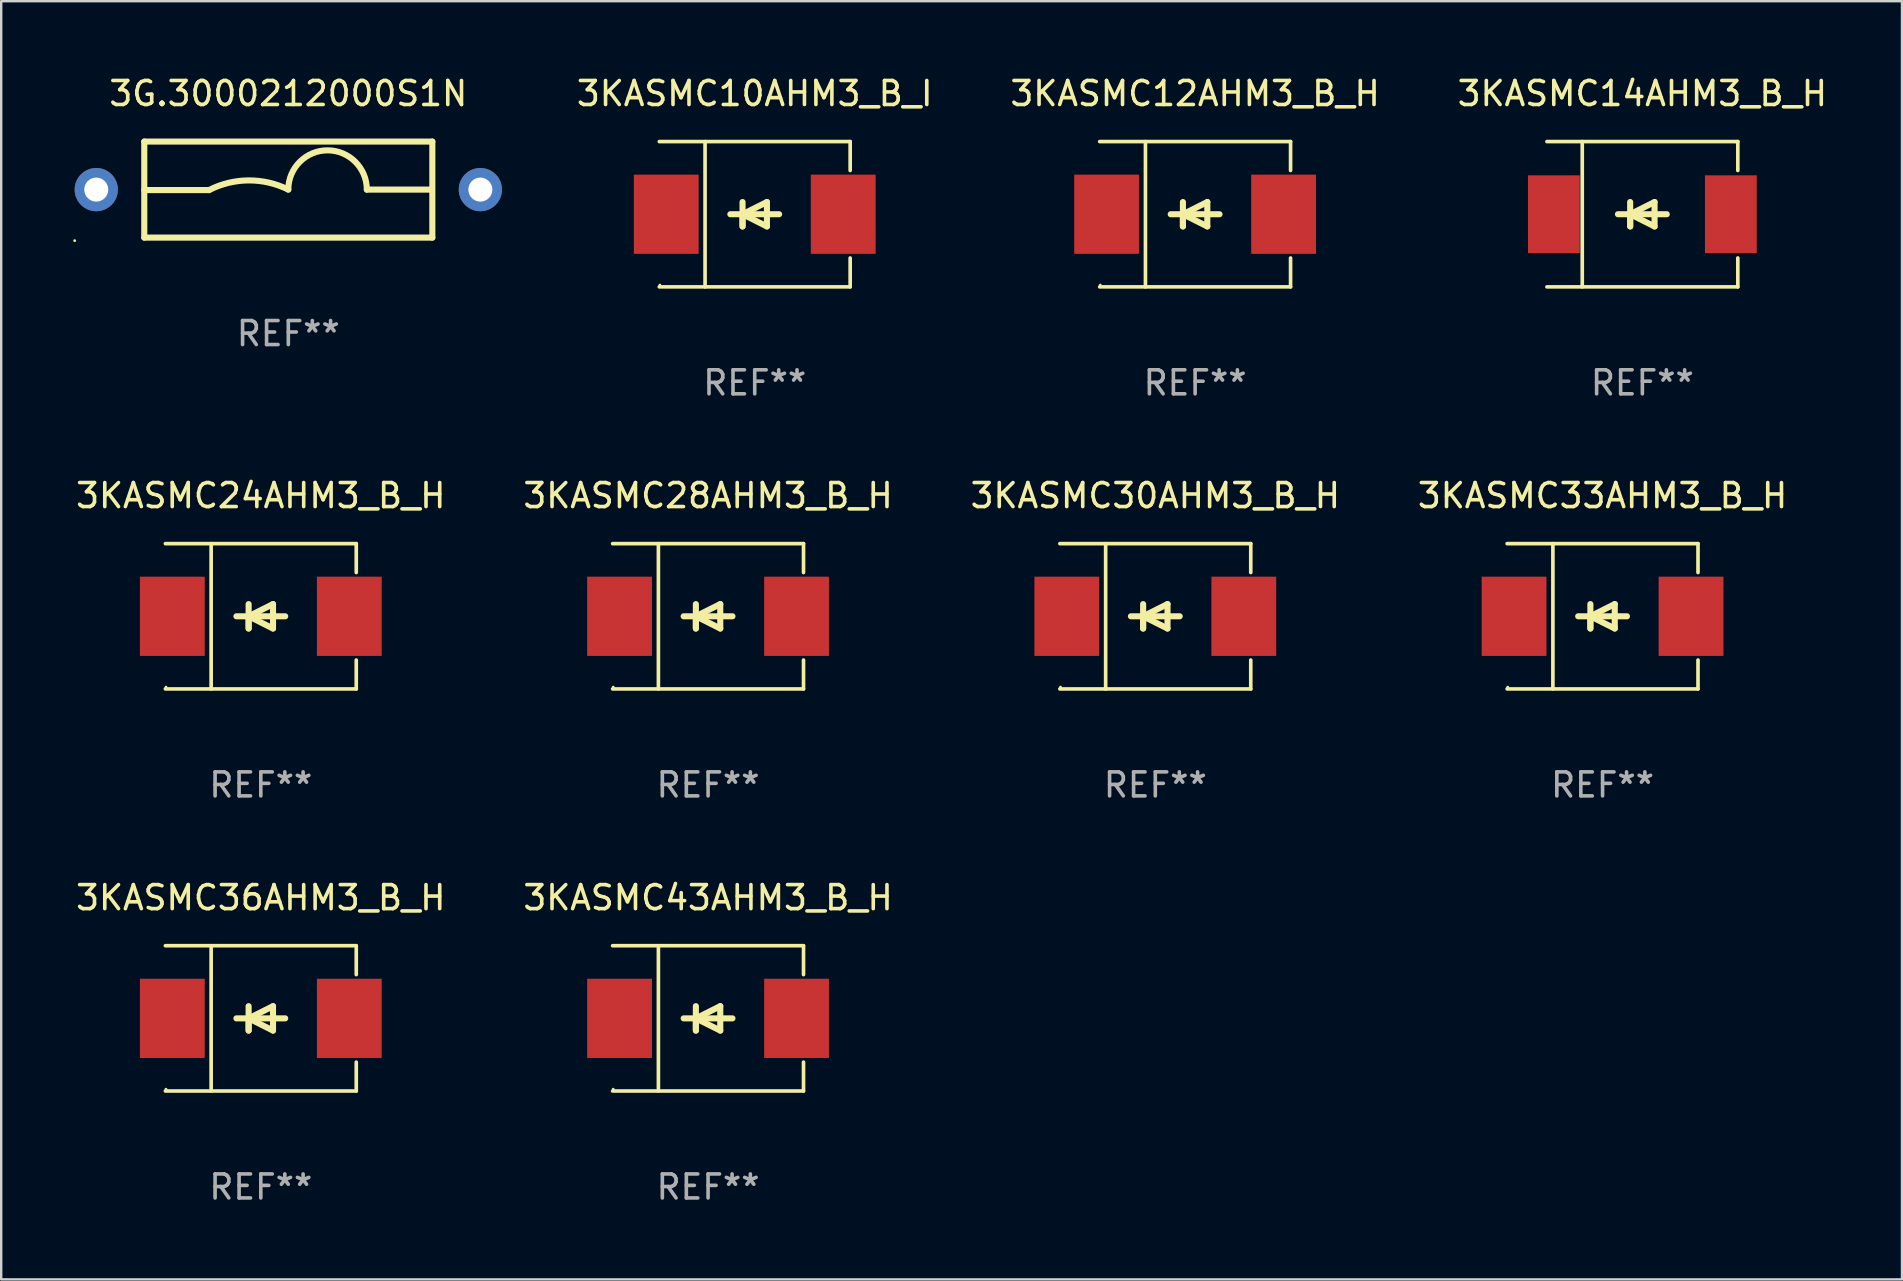
<source format=kicad_pcb>
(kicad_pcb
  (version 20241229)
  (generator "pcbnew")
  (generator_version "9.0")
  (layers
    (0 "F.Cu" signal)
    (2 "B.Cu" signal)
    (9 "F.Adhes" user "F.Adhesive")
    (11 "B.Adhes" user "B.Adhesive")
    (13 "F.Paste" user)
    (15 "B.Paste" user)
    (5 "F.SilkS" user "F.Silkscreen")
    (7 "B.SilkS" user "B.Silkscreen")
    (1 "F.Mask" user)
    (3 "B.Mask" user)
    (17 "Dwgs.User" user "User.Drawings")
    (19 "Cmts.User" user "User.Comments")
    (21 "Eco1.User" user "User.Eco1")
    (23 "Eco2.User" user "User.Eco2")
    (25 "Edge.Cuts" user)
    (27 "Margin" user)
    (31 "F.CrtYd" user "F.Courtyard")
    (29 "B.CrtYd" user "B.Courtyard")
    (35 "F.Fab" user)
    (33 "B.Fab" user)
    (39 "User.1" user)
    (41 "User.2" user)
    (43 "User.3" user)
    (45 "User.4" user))
  (footprint "3KASMC43AHM3_B_H"
    (layer "F.Cu")
    (at 26.446 39.372)
    (property "Reference" "3KASMC43AHM3_B_H" (at 0 -5.026 0) (layer "F.SilkS") (effects (font (size 1 1) (thickness 0.15))))
    (attr through_hole)
    (fp_line (start -3.976 -3.026) (end 3.976 -3.026) (stroke (width 0.152) (type solid)) (layer "F.SilkS"))
    (fp_line (start -3.976 3.026) (end 3.976 3.026) (stroke (width 0.152) (type solid)) (layer "F.SilkS"))
    (fp_line (start -2.069 -3.026) (end -2.069 3.026) (stroke (width 0.152) (type solid)) (layer "F.SilkS"))
    (fp_line (start -0.508 0) (end -0.508 0.508) (stroke (width 0.254) (type solid)) (layer "F.SilkS"))
    (fp_line (start -0.508 0) (end 0.508 0.508) (stroke (width 0.254) (type solid)) (layer "F.SilkS"))
    (fp_line (start -0.508 0.508) (end -0.508 -0.508) (stroke (width 0.254) (type solid)) (layer "F.SilkS"))
    (fp_line (start 0.508 -0.508) (end -0.508 0) (stroke (width 0.254) (type solid)) (layer "F.SilkS"))
    (fp_line (start 0.508 0.508) (end 0.508 -0.508) (stroke (width 0.254) (type solid)) (layer "F.SilkS"))
    (fp_line (start 1.016 0) (end -1.016 0) (stroke (width 0.254) (type solid)) (layer "F.SilkS"))
    (fp_line (start 3.976 -3.026) (end 3.976 -1.823) (stroke (width 0.152) (type solid)) (layer "F.SilkS"))
    (fp_line (start 3.976 3.026) (end 3.976 1.823) (stroke (width 0.152) (type solid)) (layer "F.SilkS"))
    (fp_circle (center -3.95 2.95) (end -3.92 2.95) (stroke (width 0.06) (type solid)) (fill no) (layer "F.SilkS"))
    (fp_text user "REF**" (at 0 7.026 0) (layer "F.Fab") (effects (font (size 1 1) (thickness 0.15))))
    (pad "1" smd rect (at -3.686 0) (size 2.7 3.3) (layers "F.Cu" "F.Mask" "F.Paste"))
    (pad "2" smd rect (at 3.686 0) (size 2.7 3.3) (layers "F.Cu" "F.Mask" "F.Paste")))
  (footprint "3KASMC30AHM3_B_H"
    (layer "F.Cu")
    (at 45.077 22.623)
    (property "Reference" "3KASMC30AHM3_B_H" (at 0 -5.026 0) (layer "F.SilkS") (effects (font (size 1 1) (thickness 0.15))))
    (attr through_hole)
    (fp_line (start -3.976 -3.026) (end 3.976 -3.026) (stroke (width 0.152) (type solid)) (layer "F.SilkS"))
    (fp_line (start -3.976 3.026) (end 3.976 3.026) (stroke (width 0.152) (type solid)) (layer "F.SilkS"))
    (fp_line (start -2.069 -3.026) (end -2.069 3.026) (stroke (width 0.152) (type solid)) (layer "F.SilkS"))
    (fp_line (start -0.508 0) (end -0.508 0.508) (stroke (width 0.254) (type solid)) (layer "F.SilkS"))
    (fp_line (start -0.508 0) (end 0.508 0.508) (stroke (width 0.254) (type solid)) (layer "F.SilkS"))
    (fp_line (start -0.508 0.508) (end -0.508 -0.508) (stroke (width 0.254) (type solid)) (layer "F.SilkS"))
    (fp_line (start 0.508 -0.508) (end -0.508 0) (stroke (width 0.254) (type solid)) (layer "F.SilkS"))
    (fp_line (start 0.508 0.508) (end 0.508 -0.508) (stroke (width 0.254) (type solid)) (layer "F.SilkS"))
    (fp_line (start 1.016 0) (end -1.016 0) (stroke (width 0.254) (type solid)) (layer "F.SilkS"))
    (fp_line (start 3.976 -3.026) (end 3.976 -1.823) (stroke (width 0.152) (type solid)) (layer "F.SilkS"))
    (fp_line (start 3.976 3.026) (end 3.976 1.823) (stroke (width 0.152) (type solid)) (layer "F.SilkS"))
    (fp_circle (center -3.95 2.95) (end -3.92 2.95) (stroke (width 0.06) (type solid)) (fill no) (layer "F.SilkS"))
    (fp_text user "REF**" (at 0 7.026 0) (layer "F.Fab") (effects (font (size 1 1) (thickness 0.15))))
    (pad "1" smd rect (at -3.686 0) (size 2.7 3.3) (layers "F.Cu" "F.Mask" "F.Paste"))
    (pad "2" smd rect (at 3.686 0) (size 2.7 3.3) (layers "F.Cu" "F.Mask" "F.Paste")))
  (footprint "3KASMC36AHM3_B_H"
    (layer "F.Cu")
    (at 7.815 39.372)
    (property "Reference" "3KASMC36AHM3_B_H" (at 0 -5.026 0) (layer "F.SilkS") (effects (font (size 1 1) (thickness 0.15))))
    (attr through_hole)
    (fp_line (start -3.976 -3.026) (end 3.976 -3.026) (stroke (width 0.152) (type solid)) (layer "F.SilkS"))
    (fp_line (start -3.976 3.026) (end 3.976 3.026) (stroke (width 0.152) (type solid)) (layer "F.SilkS"))
    (fp_line (start -2.069 -3.026) (end -2.069 3.026) (stroke (width 0.152) (type solid)) (layer "F.SilkS"))
    (fp_line (start -0.508 0) (end -0.508 0.508) (stroke (width 0.254) (type solid)) (layer "F.SilkS"))
    (fp_line (start -0.508 0) (end 0.508 0.508) (stroke (width 0.254) (type solid)) (layer "F.SilkS"))
    (fp_line (start -0.508 0.508) (end -0.508 -0.508) (stroke (width 0.254) (type solid)) (layer "F.SilkS"))
    (fp_line (start 0.508 -0.508) (end -0.508 0) (stroke (width 0.254) (type solid)) (layer "F.SilkS"))
    (fp_line (start 0.508 0.508) (end 0.508 -0.508) (stroke (width 0.254) (type solid)) (layer "F.SilkS"))
    (fp_line (start 1.016 0) (end -1.016 0) (stroke (width 0.254) (type solid)) (layer "F.SilkS"))
    (fp_line (start 3.976 -3.026) (end 3.976 -1.823) (stroke (width 0.152) (type solid)) (layer "F.SilkS"))
    (fp_line (start 3.976 3.026) (end 3.976 1.823) (stroke (width 0.152) (type solid)) (layer "F.SilkS"))
    (fp_circle (center -3.95 2.95) (end -3.92 2.95) (stroke (width 0.06) (type solid)) (fill no) (layer "F.SilkS"))
    (fp_text user "REF**" (at 0 7.026 0) (layer "F.Fab") (effects (font (size 1 1) (thickness 0.15))))
    (pad "1" smd rect (at -3.686 0) (size 2.7 3.3) (layers "F.Cu" "F.Mask" "F.Paste"))
    (pad "2" smd rect (at 3.686 0) (size 2.7 3.3) (layers "F.Cu" "F.Mask" "F.Paste")))
  (footprint "3KASMC12AHM3_B_H"
    (layer "F.Cu")
    (at 46.735 5.874)
    (property "Reference" "3KASMC12AHM3_B_H" (at 0 -5.026 0) (layer "F.SilkS") (effects (font (size 1 1) (thickness 0.15))))
    (attr through_hole)
    (fp_line (start -3.976 -3.026) (end 3.976 -3.026) (stroke (width 0.152) (type solid)) (layer "F.SilkS"))
    (fp_line (start -3.976 3.026) (end 3.976 3.026) (stroke (width 0.152) (type solid)) (layer "F.SilkS"))
    (fp_line (start -2.069 -3.026) (end -2.069 3.026) (stroke (width 0.152) (type solid)) (layer "F.SilkS"))
    (fp_line (start -0.508 0) (end -0.508 0.508) (stroke (width 0.254) (type solid)) (layer "F.SilkS"))
    (fp_line (start -0.508 0) (end 0.508 0.508) (stroke (width 0.254) (type solid)) (layer "F.SilkS"))
    (fp_line (start -0.508 0.508) (end -0.508 -0.508) (stroke (width 0.254) (type solid)) (layer "F.SilkS"))
    (fp_line (start 0.508 -0.508) (end -0.508 0) (stroke (width 0.254) (type solid)) (layer "F.SilkS"))
    (fp_line (start 0.508 0.508) (end 0.508 -0.508) (stroke (width 0.254) (type solid)) (layer "F.SilkS"))
    (fp_line (start 1.016 0) (end -1.016 0) (stroke (width 0.254) (type solid)) (layer "F.SilkS"))
    (fp_line (start 3.976 -3.026) (end 3.976 -1.823) (stroke (width 0.152) (type solid)) (layer "F.SilkS"))
    (fp_line (start 3.976 3.026) (end 3.976 1.823) (stroke (width 0.152) (type solid)) (layer "F.SilkS"))
    (fp_circle (center -3.95 2.95) (end -3.92 2.95) (stroke (width 0.06) (type solid)) (fill no) (layer "F.SilkS"))
    (fp_text user "REF**" (at 0 7.026 0) (layer "F.Fab") (effects (font (size 1 1) (thickness 0.15))))
    (pad "1" smd rect (at -3.686 0) (size 2.7 3.3) (layers "F.Cu" "F.Mask" "F.Paste"))
    (pad "2" smd rect (at 3.686 0) (size 2.7 3.3) (layers "F.Cu" "F.Mask" "F.Paste")))
  (footprint "3KASMC24AHM3_B_H"
    (layer "F.Cu")
    (at 7.815 22.623)
    (property "Reference" "3KASMC24AHM3_B_H" (at 0 -5.026 0) (layer "F.SilkS") (effects (font (size 1 1) (thickness 0.15))))
    (attr through_hole)
    (fp_line (start -3.976 -3.026) (end 3.976 -3.026) (stroke (width 0.152) (type solid)) (layer "F.SilkS"))
    (fp_line (start -3.976 3.026) (end 3.976 3.026) (stroke (width 0.152) (type solid)) (layer "F.SilkS"))
    (fp_line (start -2.069 -3.026) (end -2.069 3.026) (stroke (width 0.152) (type solid)) (layer "F.SilkS"))
    (fp_line (start -0.508 0) (end -0.508 0.508) (stroke (width 0.254) (type solid)) (layer "F.SilkS"))
    (fp_line (start -0.508 0) (end 0.508 0.508) (stroke (width 0.254) (type solid)) (layer "F.SilkS"))
    (fp_line (start -0.508 0.508) (end -0.508 -0.508) (stroke (width 0.254) (type solid)) (layer "F.SilkS"))
    (fp_line (start 0.508 -0.508) (end -0.508 0) (stroke (width 0.254) (type solid)) (layer "F.SilkS"))
    (fp_line (start 0.508 0.508) (end 0.508 -0.508) (stroke (width 0.254) (type solid)) (layer "F.SilkS"))
    (fp_line (start 1.016 0) (end -1.016 0) (stroke (width 0.254) (type solid)) (layer "F.SilkS"))
    (fp_line (start 3.976 -3.026) (end 3.976 -1.823) (stroke (width 0.152) (type solid)) (layer "F.SilkS"))
    (fp_line (start 3.976 3.026) (end 3.976 1.823) (stroke (width 0.152) (type solid)) (layer "F.SilkS"))
    (fp_circle (center -3.95 2.95) (end -3.92 2.95) (stroke (width 0.06) (type solid)) (fill no) (layer "F.SilkS"))
    (fp_text user "REF**" (at 0 7.026 0) (layer "F.Fab") (effects (font (size 1 1) (thickness 0.15))))
    (pad "1" smd rect (at -3.686 0) (size 2.7 3.3) (layers "F.Cu" "F.Mask" "F.Paste"))
    (pad "2" smd rect (at 3.686 0) (size 2.7 3.3) (layers "F.Cu" "F.Mask" "F.Paste")))
  (footprint "3KASMC33AHM3_B_H"
    (layer "F.Cu")
    (at 63.708 22.623)
    (property "Reference" "3KASMC33AHM3_B_H" (at 0 -5.026 0) (layer "F.SilkS") (effects (font (size 1 1) (thickness 0.15))))
    (attr through_hole)
    (fp_line (start -3.976 -3.026) (end 3.976 -3.026) (stroke (width 0.152) (type solid)) (layer "F.SilkS"))
    (fp_line (start -3.976 3.026) (end 3.976 3.026) (stroke (width 0.152) (type solid)) (layer "F.SilkS"))
    (fp_line (start -2.069 -3.026) (end -2.069 3.026) (stroke (width 0.152) (type solid)) (layer "F.SilkS"))
    (fp_line (start -0.508 0) (end -0.508 0.508) (stroke (width 0.254) (type solid)) (layer "F.SilkS"))
    (fp_line (start -0.508 0) (end 0.508 0.508) (stroke (width 0.254) (type solid)) (layer "F.SilkS"))
    (fp_line (start -0.508 0.508) (end -0.508 -0.508) (stroke (width 0.254) (type solid)) (layer "F.SilkS"))
    (fp_line (start 0.508 -0.508) (end -0.508 0) (stroke (width 0.254) (type solid)) (layer "F.SilkS"))
    (fp_line (start 0.508 0.508) (end 0.508 -0.508) (stroke (width 0.254) (type solid)) (layer "F.SilkS"))
    (fp_line (start 1.016 0) (end -1.016 0) (stroke (width 0.254) (type solid)) (layer "F.SilkS"))
    (fp_line (start 3.976 -3.026) (end 3.976 -1.823) (stroke (width 0.152) (type solid)) (layer "F.SilkS"))
    (fp_line (start 3.976 3.026) (end 3.976 1.823) (stroke (width 0.152) (type solid)) (layer "F.SilkS"))
    (fp_circle (center -3.95 2.95) (end -3.92 2.95) (stroke (width 0.06) (type solid)) (fill no) (layer "F.SilkS"))
    (fp_text user "REF**" (at 0 7.026 0) (layer "F.Fab") (effects (font (size 1 1) (thickness 0.15))))
    (pad "1" smd rect (at -3.686 0) (size 2.7 3.3) (layers "F.Cu" "F.Mask" "F.Paste"))
    (pad "2" smd rect (at 3.686 0) (size 2.7 3.3) (layers "F.Cu" "F.Mask" "F.Paste")))
  (footprint "3KASMC10AHM3_B_I"
    (layer "F.Cu")
    (at 28.39 5.874)
    (property "Reference" "3KASMC10AHM3_B_I" (at 0 -5.026 0) (layer "F.SilkS") (effects (font (size 1 1) (thickness 0.15))))
    (attr through_hole)
    (fp_line (start -3.976 -3.026) (end 3.976 -3.026) (stroke (width 0.152) (type solid)) (layer "F.SilkS"))
    (fp_line (start -3.976 3.026) (end 3.976 3.026) (stroke (width 0.152) (type solid)) (layer "F.SilkS"))
    (fp_line (start -2.069 -3.026) (end -2.069 3.026) (stroke (width 0.152) (type solid)) (layer "F.SilkS"))
    (fp_line (start -0.508 0) (end -0.508 0.508) (stroke (width 0.254) (type solid)) (layer "F.SilkS"))
    (fp_line (start -0.508 0) (end 0.508 0.508) (stroke (width 0.254) (type solid)) (layer "F.SilkS"))
    (fp_line (start -0.508 0.508) (end -0.508 -0.508) (stroke (width 0.254) (type solid)) (layer "F.SilkS"))
    (fp_line (start 0.508 -0.508) (end -0.508 0) (stroke (width 0.254) (type solid)) (layer "F.SilkS"))
    (fp_line (start 0.508 0.508) (end 0.508 -0.508) (stroke (width 0.254) (type solid)) (layer "F.SilkS"))
    (fp_line (start 1.016 0) (end -1.016 0) (stroke (width 0.254) (type solid)) (layer "F.SilkS"))
    (fp_line (start 3.976 -3.026) (end 3.976 -1.823) (stroke (width 0.152) (type solid)) (layer "F.SilkS"))
    (fp_line (start 3.976 3.026) (end 3.976 1.823) (stroke (width 0.152) (type solid)) (layer "F.SilkS"))
    (fp_circle (center -3.95 2.95) (end -3.92 2.95) (stroke (width 0.06) (type solid)) (fill no) (layer "F.SilkS"))
    (fp_text user "REF**" (at 0 7.026 0) (layer "F.Fab") (effects (font (size 1 1) (thickness 0.15))))
    (pad "1" smd rect (at -3.686 0) (size 2.7 3.3) (layers "F.Cu" "F.Mask" "F.Paste"))
    (pad "2" smd rect (at 3.686 0) (size 2.7 3.3) (layers "F.Cu" "F.Mask" "F.Paste")))
  (footprint "3KASMC28AHM3_B_H"
    (layer "F.Cu")
    (at 26.446 22.623)
    (property "Reference" "3KASMC28AHM3_B_H" (at 0 -5.026 0) (layer "F.SilkS") (effects (font (size 1 1) (thickness 0.15))))
    (attr through_hole)
    (fp_line (start -3.976 -3.026) (end 3.976 -3.026) (stroke (width 0.152) (type solid)) (layer "F.SilkS"))
    (fp_line (start -3.976 3.026) (end 3.976 3.026) (stroke (width 0.152) (type solid)) (layer "F.SilkS"))
    (fp_line (start -2.069 -3.026) (end -2.069 3.026) (stroke (width 0.152) (type solid)) (layer "F.SilkS"))
    (fp_line (start -0.508 0) (end -0.508 0.508) (stroke (width 0.254) (type solid)) (layer "F.SilkS"))
    (fp_line (start -0.508 0) (end 0.508 0.508) (stroke (width 0.254) (type solid)) (layer "F.SilkS"))
    (fp_line (start -0.508 0.508) (end -0.508 -0.508) (stroke (width 0.254) (type solid)) (layer "F.SilkS"))
    (fp_line (start 0.508 -0.508) (end -0.508 0) (stroke (width 0.254) (type solid)) (layer "F.SilkS"))
    (fp_line (start 0.508 0.508) (end 0.508 -0.508) (stroke (width 0.254) (type solid)) (layer "F.SilkS"))
    (fp_line (start 1.016 0) (end -1.016 0) (stroke (width 0.254) (type solid)) (layer "F.SilkS"))
    (fp_line (start 3.976 -3.026) (end 3.976 -1.823) (stroke (width 0.152) (type solid)) (layer "F.SilkS"))
    (fp_line (start 3.976 3.026) (end 3.976 1.823) (stroke (width 0.152) (type solid)) (layer "F.SilkS"))
    (fp_circle (center -3.95 2.95) (end -3.92 2.95) (stroke (width 0.06) (type solid)) (fill no) (layer "F.SilkS"))
    (fp_text user "REF**" (at 0 7.026 0) (layer "F.Fab") (effects (font (size 1 1) (thickness 0.15))))
    (pad "1" smd rect (at -3.686 0) (size 2.7 3.3) (layers "F.Cu" "F.Mask" "F.Paste"))
    (pad "2" smd rect (at 3.686 0) (size 2.7 3.3) (layers "F.Cu" "F.Mask" "F.Paste")))
  (footprint "3KASMC14AHM3_B_H"
    (layer "F.Cu")
    (at 65.366 5.874)
    (property "Reference" "3KASMC14AHM3_B_H" (at 0 -5.026 0) (layer "F.SilkS") (effects (font (size 1 1) (thickness 0.15))))
    (attr through_hole)
    (fp_line (start -3.976 -3.026) (end 3.976 -3.026) (stroke (width 0.152) (type solid)) (layer "F.SilkS"))
    (fp_line (start -3.976 3.026) (end 3.976 3.026) (stroke (width 0.152) (type solid)) (layer "F.SilkS"))
    (fp_line (start -2.504 -3.026) (end -2.504 3.026) (stroke (width 0.152) (type solid)) (layer "F.SilkS"))
    (fp_line (start -0.508 0) (end -0.508 0.508) (stroke (width 0.254) (type solid)) (layer "F.SilkS"))
    (fp_line (start -0.508 0) (end 0.508 0.508) (stroke (width 0.254) (type solid)) (layer "F.SilkS"))
    (fp_line (start -0.508 0.508) (end -0.508 -0.508) (stroke (width 0.254) (type solid)) (layer "F.SilkS"))
    (fp_line (start 0.508 -0.508) (end -0.508 0) (stroke (width 0.254) (type solid)) (layer "F.SilkS"))
    (fp_line (start 0.508 0.508) (end 0.508 -0.508) (stroke (width 0.254) (type solid)) (layer "F.SilkS"))
    (fp_line (start 1.016 0) (end -1.016 0) (stroke (width 0.254) (type solid)) (layer "F.SilkS"))
    (fp_line (start 3.976 -3.026) (end 3.976 -1.823) (stroke (width 0.152) (type solid)) (layer "F.SilkS"))
    (fp_line (start 3.976 3.026) (end 3.976 1.823) (stroke (width 0.152) (type solid)) (layer "F.SilkS"))
    (fp_circle (center 3.95 -2.95) (end 3.98 -2.95) (stroke (width 0.06) (type solid)) (fill no) (layer "F.SilkS"))
    (fp_text user "REF**" (at 0 7.026 0) (layer "F.Fab") (effects (font (size 1 1) (thickness 0.15))))
    (pad "1" smd rect (at 3.686 0 180) (size 2.158 3.24) (layers "F.Cu" "F.Mask" "F.Paste"))
    (pad "2" smd rect (at -3.686 0 180) (size 2.158 3.24) (layers "F.Cu" "F.Mask" "F.Paste")))
  (footprint "3G.3000212000S1N"
    (layer "F.Cu")
    (at 8.96 4.848)
    (property "Reference" "3G.3000212000S1N" (at 0 -4 0) (layer "F.SilkS") (effects (font (size 1 1) (thickness 0.15))))
    (attr through_hole)
    (fp_line (start -6 -2) (end 6 -2) (stroke (width 0.254) (type solid)) (layer "F.SilkS"))
    (fp_line (start -6 0.02) (end -3.302 0.02) (stroke (width 0.254) (type solid)) (layer "F.SilkS"))
    (fp_line (start -6 2) (end -6 -2) (stroke (width 0.254) (type solid)) (layer "F.SilkS"))
    (fp_line (start 5.969 0) (end 3.271 0) (stroke (width 0.254) (type solid)) (layer "F.SilkS"))
    (fp_line (start 6 -2) (end 6 2) (stroke (width 0.254) (type solid)) (layer "F.SilkS"))
    (fp_line (start 6 2) (end -6 2) (stroke (width 0.254) (type solid)) (layer "F.SilkS"))
    (fp_arc (start -3.302007 0.020218) (mid -1.653409 -0.382715) (end 0 0) (stroke (width 0.254001) (type solid)) (layer "F.SilkS"))
    (fp_arc (start 0.000001 0) (mid 1.635497 -1.634823) (end 3.270993 0) (stroke (width 0.254001) (type solid)) (layer "F.SilkS"))
    (fp_circle (center -8.9 2.127) (end -8.87 2.127) (stroke (width 0.06) (type solid)) (fill no) (layer "F.SilkS"))
    (fp_text user "REF**" (at 0 6 0) (layer "F.Fab") (effects (font (size 1 1) (thickness 0.15))))
    (pad "1" thru_hole circle (at -8 0) (size 1.8 1.8) (drill 1) (layers "*.Cu" "*.Mask"))
    (pad "2" thru_hole circle (at 8 0) (size 1.8 1.8) (drill 1) (layers "*.Cu" "*.Mask")))
  (gr_rect
    (start -3 -3)
    (end 76.181 50.247)
    (stroke (width 0.1) (type default))
    (fill no)
    (layer "Edge.Cuts")))
</source>
